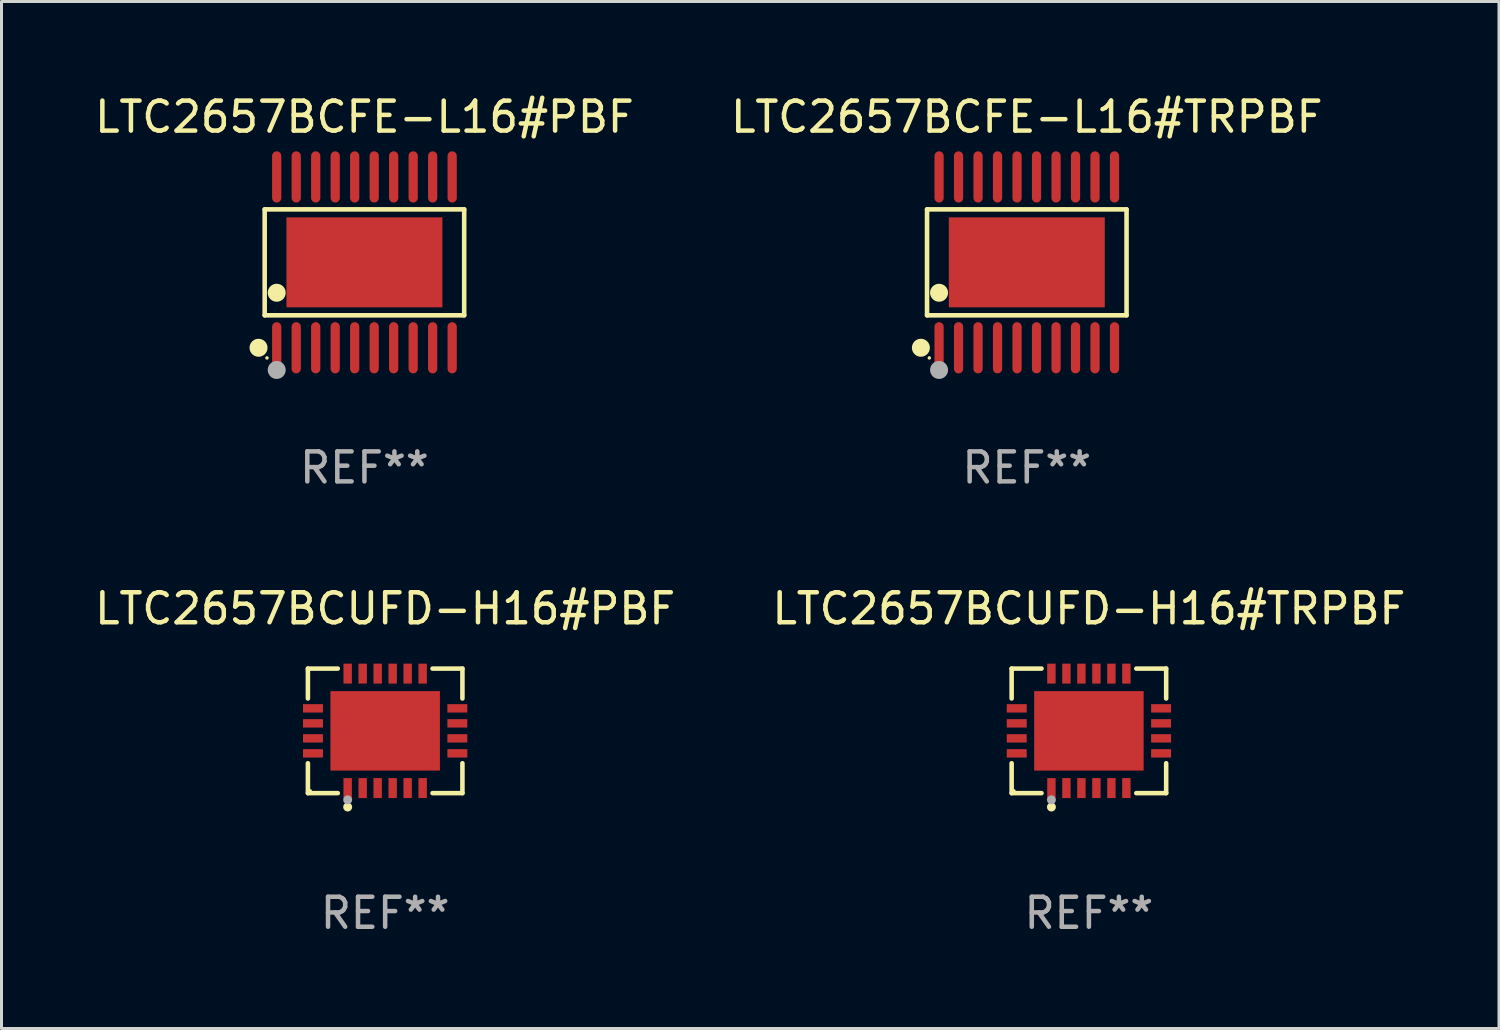
<source format=kicad_pcb>
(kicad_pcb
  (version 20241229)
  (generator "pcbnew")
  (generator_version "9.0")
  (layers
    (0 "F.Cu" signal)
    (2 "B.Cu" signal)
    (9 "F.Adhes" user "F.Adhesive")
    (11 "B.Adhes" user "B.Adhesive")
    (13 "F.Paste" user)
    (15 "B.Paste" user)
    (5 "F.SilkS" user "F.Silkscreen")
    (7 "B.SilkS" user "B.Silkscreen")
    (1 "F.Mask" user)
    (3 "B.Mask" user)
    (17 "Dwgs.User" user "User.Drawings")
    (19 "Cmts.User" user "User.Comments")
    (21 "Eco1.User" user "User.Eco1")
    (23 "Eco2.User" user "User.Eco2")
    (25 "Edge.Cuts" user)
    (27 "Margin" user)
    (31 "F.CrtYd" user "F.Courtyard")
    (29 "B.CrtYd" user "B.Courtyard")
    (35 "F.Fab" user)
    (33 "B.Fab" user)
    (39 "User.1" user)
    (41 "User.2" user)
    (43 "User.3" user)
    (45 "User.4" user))
  (footprint "LTC2657BCFE-L16#TRPBF"
    (layer "F.Cu")
    (at 31.185 5.697)
    (property "Reference" "LTC2657BCFE-L16#TRPBF" (at 0 -4.848 0) (layer "F.SilkS") (effects (font (size 1 1) (thickness 0.15))))
    (attr through_hole)
    (fp_line (start -3.326 -1.766) (end 3.326 -1.766) (stroke (width 0.152) (type solid)) (layer "F.SilkS"))
    (fp_line (start -3.326 1.766) (end -3.326 -1.766) (stroke (width 0.152) (type solid)) (layer "F.SilkS"))
    (fp_line (start 3.326 -1.766) (end 3.326 1.766) (stroke (width 0.152) (type solid)) (layer "F.SilkS"))
    (fp_line (start 3.326 1.766) (end -3.326 1.766) (stroke (width 0.152) (type solid)) (layer "F.SilkS"))
    (fp_circle (center -3.531 2.848) (end -3.381 2.848) (stroke (width 0.3) (type solid)) (fill no) (layer "F.SilkS"))
    (fp_circle (center -3.25 3.187) (end -3.22 3.187) (stroke (width 0.06) (type solid)) (fill no) (layer "F.SilkS"))
    (fp_circle (center -2.925 1.014) (end -2.775 1.014) (stroke (width 0.3) (type solid)) (fill no) (layer "F.SilkS"))
    (fp_circle (center -2.925 3.588) (end -2.775 3.588) (stroke (width 0.3) (type solid)) (fill no) (layer "F.Fab"))
    (fp_text user "REF**" (at 0 6.848 0) (layer "F.Fab") (effects (font (size 1 1) (thickness 0.15))))
    (pad "1" smd oval (at -2.925 2.848) (size 0.308 1.707) (layers "F.Cu" "F.Mask" "F.Paste"))
    (pad "2" smd oval (at -2.275 2.848) (size 0.308 1.707) (layers "F.Cu" "F.Mask" "F.Paste"))
    (pad "3" smd oval (at -1.625 2.848) (size 0.308 1.707) (layers "F.Cu" "F.Mask" "F.Paste"))
    (pad "4" smd oval (at -0.975 2.848) (size 0.308 1.707) (layers "F.Cu" "F.Mask" "F.Paste"))
    (pad "5" smd oval (at -0.325 2.848) (size 0.308 1.707) (layers "F.Cu" "F.Mask" "F.Paste"))
    (pad "6" smd oval (at 0.325 2.848) (size 0.308 1.707) (layers "F.Cu" "F.Mask" "F.Paste"))
    (pad "7" smd oval (at 0.975 2.848) (size 0.308 1.707) (layers "F.Cu" "F.Mask" "F.Paste"))
    (pad "8" smd oval (at 1.625 2.848) (size 0.308 1.707) (layers "F.Cu" "F.Mask" "F.Paste"))
    (pad "9" smd oval (at 2.275 2.848) (size 0.308 1.707) (layers "F.Cu" "F.Mask" "F.Paste"))
    (pad "10" smd oval (at 2.925 2.848) (size 0.308 1.707) (layers "F.Cu" "F.Mask" "F.Paste"))
    (pad "11" smd oval (at 2.925 -2.848) (size 0.308 1.707) (layers "F.Cu" "F.Mask" "F.Paste"))
    (pad "12" smd oval (at 2.275 -2.848) (size 0.308 1.707) (layers "F.Cu" "F.Mask" "F.Paste"))
    (pad "13" smd oval (at 1.625 -2.848) (size 0.308 1.707) (layers "F.Cu" "F.Mask" "F.Paste"))
    (pad "14" smd oval (at 0.975 -2.848) (size 0.308 1.707) (layers "F.Cu" "F.Mask" "F.Paste"))
    (pad "15" smd oval (at 0.325 -2.848) (size 0.308 1.707) (layers "F.Cu" "F.Mask" "F.Paste"))
    (pad "16" smd oval (at -0.325 -2.848) (size 0.308 1.707) (layers "F.Cu" "F.Mask" "F.Paste"))
    (pad "17" smd oval (at -0.975 -2.848) (size 0.308 1.707) (layers "F.Cu" "F.Mask" "F.Paste"))
    (pad "18" smd oval (at -1.625 -2.848) (size 0.308 1.707) (layers "F.Cu" "F.Mask" "F.Paste"))
    (pad "19" smd oval (at -2.275 -2.848) (size 0.308 1.707) (layers "F.Cu" "F.Mask" "F.Paste"))
    (pad "20" smd oval (at -2.925 -2.848) (size 0.308 1.707) (layers "F.Cu" "F.Mask" "F.Paste"))
    (pad "21" smd rect (at 0 0) (size 5.2 3) (layers "F.Cu" "F.Mask" "F.Paste")))
  (footprint "LTC2657BCUFD-H16#TRPBF"
    (layer "F.Cu")
    (at 33.256 21.318)
    (property "Reference" "LTC2657BCUFD-H16#TRPBF" (at 0 -4.076 0) (layer "F.SilkS") (effects (font (size 1 1) (thickness 0.15))))
    (attr through_hole)
    (fp_line (start -2.576 -2.076) (end -1.58 -2.076) (stroke (width 0.152) (type solid)) (layer "F.SilkS"))
    (fp_line (start -2.576 -1.08) (end -2.576 -2.076) (stroke (width 0.152) (type solid)) (layer "F.SilkS"))
    (fp_line (start -2.576 1.08) (end -2.576 2.076) (stroke (width 0.152) (type solid)) (layer "F.SilkS"))
    (fp_line (start -2.576 2.076) (end -1.58 2.076) (stroke (width 0.152) (type solid)) (layer "F.SilkS"))
    (fp_line (start 2.576 -2.076) (end 1.58 -2.076) (stroke (width 0.152) (type solid)) (layer "F.SilkS"))
    (fp_line (start 2.576 -1.08) (end 2.576 -2.076) (stroke (width 0.152) (type solid)) (layer "F.SilkS"))
    (fp_line (start 2.576 1.08) (end 2.576 2.076) (stroke (width 0.152) (type solid)) (layer "F.SilkS"))
    (fp_line (start 2.576 2.076) (end 1.58 2.076) (stroke (width 0.152) (type solid)) (layer "F.SilkS"))
    (fp_circle (center -2.5 2) (end -2.47 2) (stroke (width 0.06) (type solid)) (fill no) (layer "F.SilkS"))
    (fp_circle (center -1.25 2.54) (end -1.175 2.54) (stroke (width 0.15) (type solid)) (fill no) (layer "F.SilkS"))
    (fp_circle (center -1.25 2.3) (end -1.175 2.3) (stroke (width 0.15) (type solid)) (fill no) (layer "F.Fab"))
    (fp_text user "REF**" (at 0 6.076 0) (layer "F.Fab") (effects (font (size 1 1) (thickness 0.15))))
    (pad "1" smd rect (at -1.25 1.908) (size 0.28 0.665) (layers "F.Cu" "F.Mask" "F.Paste"))
    (pad "2" smd rect (at -0.75 1.908) (size 0.28 0.665) (layers "F.Cu" "F.Mask" "F.Paste"))
    (pad "3" smd rect (at -0.25 1.908) (size 0.28 0.665) (layers "F.Cu" "F.Mask" "F.Paste"))
    (pad "4" smd rect (at 0.25 1.908) (size 0.28 0.665) (layers "F.Cu" "F.Mask" "F.Paste"))
    (pad "5" smd rect (at 0.75 1.908) (size 0.28 0.665) (layers "F.Cu" "F.Mask" "F.Paste"))
    (pad "6" smd rect (at 1.25 1.908) (size 0.28 0.665) (layers "F.Cu" "F.Mask" "F.Paste"))
    (pad "7" smd rect (at 2.407 0.75) (size 0.665 0.28) (layers "F.Cu" "F.Mask" "F.Paste"))
    (pad "8" smd rect (at 2.407 0.25) (size 0.665 0.28) (layers "F.Cu" "F.Mask" "F.Paste"))
    (pad "9" smd rect (at 2.407 -0.25) (size 0.665 0.28) (layers "F.Cu" "F.Mask" "F.Paste"))
    (pad "10" smd rect (at 2.407 -0.75) (size 0.665 0.28) (layers "F.Cu" "F.Mask" "F.Paste"))
    (pad "11" smd rect (at 1.25 -1.908) (size 0.28 0.665) (layers "F.Cu" "F.Mask" "F.Paste"))
    (pad "12" smd rect (at 0.75 -1.908) (size 0.28 0.665) (layers "F.Cu" "F.Mask" "F.Paste"))
    (pad "13" smd rect (at 0.25 -1.908) (size 0.28 0.665) (layers "F.Cu" "F.Mask" "F.Paste"))
    (pad "14" smd rect (at -0.25 -1.908) (size 0.28 0.665) (layers "F.Cu" "F.Mask" "F.Paste"))
    (pad "15" smd rect (at -0.75 -1.908) (size 0.28 0.665) (layers "F.Cu" "F.Mask" "F.Paste"))
    (pad "16" smd rect (at -1.25 -1.908) (size 0.28 0.665) (layers "F.Cu" "F.Mask" "F.Paste"))
    (pad "17" smd rect (at -2.407 -0.75) (size 0.665 0.28) (layers "F.Cu" "F.Mask" "F.Paste"))
    (pad "18" smd rect (at -2.407 -0.25) (size 0.665 0.28) (layers "F.Cu" "F.Mask" "F.Paste"))
    (pad "19" smd rect (at -2.407 0.25) (size 0.665 0.28) (layers "F.Cu" "F.Mask" "F.Paste"))
    (pad "20" smd rect (at -2.407 0.75) (size 0.665 0.28) (layers "F.Cu" "F.Mask" "F.Paste"))
    (pad "21" smd rect (at 0 0) (size 3.65 2.65) (layers "F.Cu" "F.Mask" "F.Paste")))
  (footprint "LTC2657BCFE-L16#PBF"
    (layer "F.Cu")
    (at 9.101 5.697)
    (property "Reference" "LTC2657BCFE-L16#PBF" (at 0 -4.848 0) (layer "F.SilkS") (effects (font (size 1 1) (thickness 0.15))))
    (attr through_hole)
    (fp_line (start -3.326 -1.766) (end 3.326 -1.766) (stroke (width 0.152) (type solid)) (layer "F.SilkS"))
    (fp_line (start -3.326 1.766) (end -3.326 -1.766) (stroke (width 0.152) (type solid)) (layer "F.SilkS"))
    (fp_line (start 3.326 -1.766) (end 3.326 1.766) (stroke (width 0.152) (type solid)) (layer "F.SilkS"))
    (fp_line (start 3.326 1.766) (end -3.326 1.766) (stroke (width 0.152) (type solid)) (layer "F.SilkS"))
    (fp_circle (center -3.531 2.848) (end -3.381 2.848) (stroke (width 0.3) (type solid)) (fill no) (layer "F.SilkS"))
    (fp_circle (center -3.25 3.187) (end -3.22 3.187) (stroke (width 0.06) (type solid)) (fill no) (layer "F.SilkS"))
    (fp_circle (center -2.925 1.014) (end -2.775 1.014) (stroke (width 0.3) (type solid)) (fill no) (layer "F.SilkS"))
    (fp_circle (center -2.925 3.588) (end -2.775 3.588) (stroke (width 0.3) (type solid)) (fill no) (layer "F.Fab"))
    (fp_text user "REF**" (at 0 6.848 0) (layer "F.Fab") (effects (font (size 1 1) (thickness 0.15))))
    (pad "1" smd oval (at -2.925 2.848) (size 0.308 1.707) (layers "F.Cu" "F.Mask" "F.Paste"))
    (pad "2" smd oval (at -2.275 2.848) (size 0.308 1.707) (layers "F.Cu" "F.Mask" "F.Paste"))
    (pad "3" smd oval (at -1.625 2.848) (size 0.308 1.707) (layers "F.Cu" "F.Mask" "F.Paste"))
    (pad "4" smd oval (at -0.975 2.848) (size 0.308 1.707) (layers "F.Cu" "F.Mask" "F.Paste"))
    (pad "5" smd oval (at -0.325 2.848) (size 0.308 1.707) (layers "F.Cu" "F.Mask" "F.Paste"))
    (pad "6" smd oval (at 0.325 2.848) (size 0.308 1.707) (layers "F.Cu" "F.Mask" "F.Paste"))
    (pad "7" smd oval (at 0.975 2.848) (size 0.308 1.707) (layers "F.Cu" "F.Mask" "F.Paste"))
    (pad "8" smd oval (at 1.625 2.848) (size 0.308 1.707) (layers "F.Cu" "F.Mask" "F.Paste"))
    (pad "9" smd oval (at 2.275 2.848) (size 0.308 1.707) (layers "F.Cu" "F.Mask" "F.Paste"))
    (pad "10" smd oval (at 2.925 2.848) (size 0.308 1.707) (layers "F.Cu" "F.Mask" "F.Paste"))
    (pad "11" smd oval (at 2.925 -2.848) (size 0.308 1.707) (layers "F.Cu" "F.Mask" "F.Paste"))
    (pad "12" smd oval (at 2.275 -2.848) (size 0.308 1.707) (layers "F.Cu" "F.Mask" "F.Paste"))
    (pad "13" smd oval (at 1.625 -2.848) (size 0.308 1.707) (layers "F.Cu" "F.Mask" "F.Paste"))
    (pad "14" smd oval (at 0.975 -2.848) (size 0.308 1.707) (layers "F.Cu" "F.Mask" "F.Paste"))
    (pad "15" smd oval (at 0.325 -2.848) (size 0.308 1.707) (layers "F.Cu" "F.Mask" "F.Paste"))
    (pad "16" smd oval (at -0.325 -2.848) (size 0.308 1.707) (layers "F.Cu" "F.Mask" "F.Paste"))
    (pad "17" smd oval (at -0.975 -2.848) (size 0.308 1.707) (layers "F.Cu" "F.Mask" "F.Paste"))
    (pad "18" smd oval (at -1.625 -2.848) (size 0.308 1.707) (layers "F.Cu" "F.Mask" "F.Paste"))
    (pad "19" smd oval (at -2.275 -2.848) (size 0.308 1.707) (layers "F.Cu" "F.Mask" "F.Paste"))
    (pad "20" smd oval (at -2.925 -2.848) (size 0.308 1.707) (layers "F.Cu" "F.Mask" "F.Paste"))
    (pad "21" smd rect (at 0 0) (size 5.2 3) (layers "F.Cu" "F.Mask" "F.Paste")))
  (footprint "LTC2657BCUFD-H16#PBF"
    (layer "F.Cu")
    (at 9.792 21.318)
    (property "Reference" "LTC2657BCUFD-H16#PBF" (at 0 -4.076 0) (layer "F.SilkS") (effects (font (size 1 1) (thickness 0.15))))
    (attr through_hole)
    (fp_line (start -2.576 -2.076) (end -1.58 -2.076) (stroke (width 0.152) (type solid)) (layer "F.SilkS"))
    (fp_line (start -2.576 -1.08) (end -2.576 -2.076) (stroke (width 0.152) (type solid)) (layer "F.SilkS"))
    (fp_line (start -2.576 1.08) (end -2.576 2.076) (stroke (width 0.152) (type solid)) (layer "F.SilkS"))
    (fp_line (start -2.576 2.076) (end -1.58 2.076) (stroke (width 0.152) (type solid)) (layer "F.SilkS"))
    (fp_line (start 2.576 -2.076) (end 1.58 -2.076) (stroke (width 0.152) (type solid)) (layer "F.SilkS"))
    (fp_line (start 2.576 -1.08) (end 2.576 -2.076) (stroke (width 0.152) (type solid)) (layer "F.SilkS"))
    (fp_line (start 2.576 1.08) (end 2.576 2.076) (stroke (width 0.152) (type solid)) (layer "F.SilkS"))
    (fp_line (start 2.576 2.076) (end 1.58 2.076) (stroke (width 0.152) (type solid)) (layer "F.SilkS"))
    (fp_circle (center -2.5 2) (end -2.47 2) (stroke (width 0.06) (type solid)) (fill no) (layer "F.SilkS"))
    (fp_circle (center -1.25 2.54) (end -1.175 2.54) (stroke (width 0.15) (type solid)) (fill no) (layer "F.SilkS"))
    (fp_circle (center -1.25 2.3) (end -1.175 2.3) (stroke (width 0.15) (type solid)) (fill no) (layer "F.Fab"))
    (fp_text user "REF**" (at 0 6.076 0) (layer "F.Fab") (effects (font (size 1 1) (thickness 0.15))))
    (pad "1" smd rect (at -1.25 1.908) (size 0.28 0.665) (layers "F.Cu" "F.Mask" "F.Paste"))
    (pad "2" smd rect (at -0.75 1.908) (size 0.28 0.665) (layers "F.Cu" "F.Mask" "F.Paste"))
    (pad "3" smd rect (at -0.25 1.908) (size 0.28 0.665) (layers "F.Cu" "F.Mask" "F.Paste"))
    (pad "4" smd rect (at 0.25 1.908) (size 0.28 0.665) (layers "F.Cu" "F.Mask" "F.Paste"))
    (pad "5" smd rect (at 0.75 1.908) (size 0.28 0.665) (layers "F.Cu" "F.Mask" "F.Paste"))
    (pad "6" smd rect (at 1.25 1.908) (size 0.28 0.665) (layers "F.Cu" "F.Mask" "F.Paste"))
    (pad "7" smd rect (at 2.407 0.75) (size 0.665 0.28) (layers "F.Cu" "F.Mask" "F.Paste"))
    (pad "8" smd rect (at 2.407 0.25) (size 0.665 0.28) (layers "F.Cu" "F.Mask" "F.Paste"))
    (pad "9" smd rect (at 2.407 -0.25) (size 0.665 0.28) (layers "F.Cu" "F.Mask" "F.Paste"))
    (pad "10" smd rect (at 2.407 -0.75) (size 0.665 0.28) (layers "F.Cu" "F.Mask" "F.Paste"))
    (pad "11" smd rect (at 1.25 -1.908) (size 0.28 0.665) (layers "F.Cu" "F.Mask" "F.Paste"))
    (pad "12" smd rect (at 0.75 -1.908) (size 0.28 0.665) (layers "F.Cu" "F.Mask" "F.Paste"))
    (pad "13" smd rect (at 0.25 -1.908) (size 0.28 0.665) (layers "F.Cu" "F.Mask" "F.Paste"))
    (pad "14" smd rect (at -0.25 -1.908) (size 0.28 0.665) (layers "F.Cu" "F.Mask" "F.Paste"))
    (pad "15" smd rect (at -0.75 -1.908) (size 0.28 0.665) (layers "F.Cu" "F.Mask" "F.Paste"))
    (pad "16" smd rect (at -1.25 -1.908) (size 0.28 0.665) (layers "F.Cu" "F.Mask" "F.Paste"))
    (pad "17" smd rect (at -2.407 -0.75) (size 0.665 0.28) (layers "F.Cu" "F.Mask" "F.Paste"))
    (pad "18" smd rect (at -2.407 -0.25) (size 0.665 0.28) (layers "F.Cu" "F.Mask" "F.Paste"))
    (pad "19" smd rect (at -2.407 0.25) (size 0.665 0.28) (layers "F.Cu" "F.Mask" "F.Paste"))
    (pad "20" smd rect (at -2.407 0.75) (size 0.665 0.28) (layers "F.Cu" "F.Mask" "F.Paste"))
    (pad "21" smd rect (at 0 0) (size 3.65 2.65) (layers "F.Cu" "F.Mask" "F.Paste")))
  (gr_rect
    (start -3 -3)
    (end 46.929 31.242)
    (stroke (width 0.1) (type default))
    (fill no)
    (layer "Edge.Cuts")))
</source>
